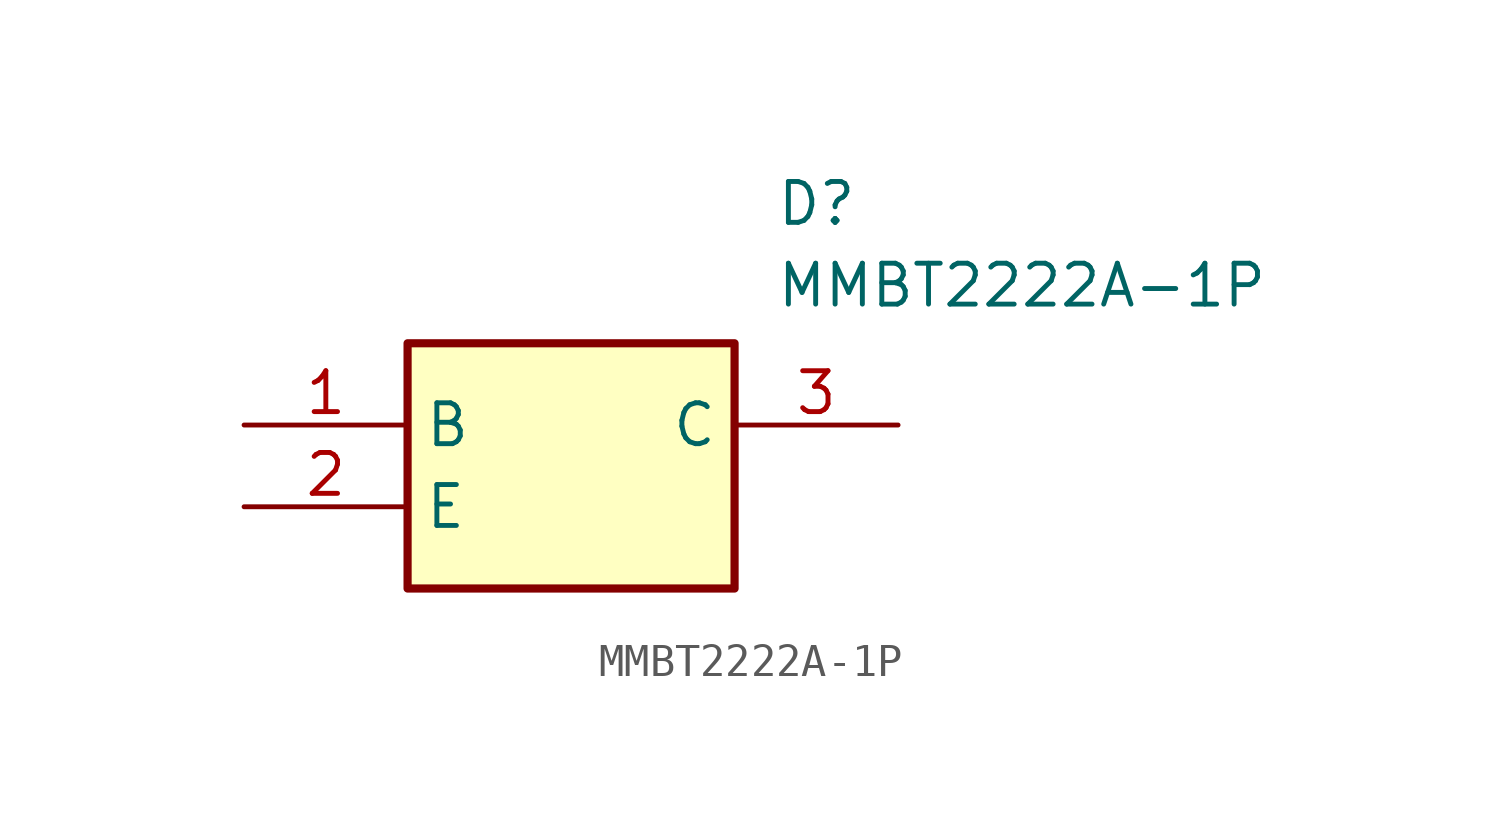
<source format=kicad_sym>
(kicad_symbol_lib
  (version 20211014)
  (generator SamacSys_ECAD_Model)
  (symbol "MMBT2222A-1P"
    (property "Reference" "D"
      (at 16.51 7.62 0)
      (effects (font (size 1.27 1.27)) (justify left top)))
    (property "Value" "MMBT2222A-1P"
      (at 16.51 5.08 0)
      (effects (font (size 1.27 1.27)) (justify left top)))
    (rectangle
      (start 5.08 2.54)
      (end 15.24 -5.08)
      (stroke (width 0.254) (type default))
      (fill (type background)))
    (pin input line
      (at 0 0 0)
      (length 5.08)
      (name "B" (effects (font (size 1.27 1.27))))
      (number "1" (effects (font (size 1.27 1.27)))))
    (pin output line
      (at 0 -2.54 0)
      (length 5.08)
      (name "E" (effects (font (size 1.27 1.27))))
      (number "2" (effects (font (size 1.27 1.27)))))
    (pin input line
      (at 20.32 0 180)
      (length 5.08)
      (name "C" (effects (font (size 1.27 1.27))))
      (number "3" (effects (font (size 1.27 1.27)))))))
</source>
